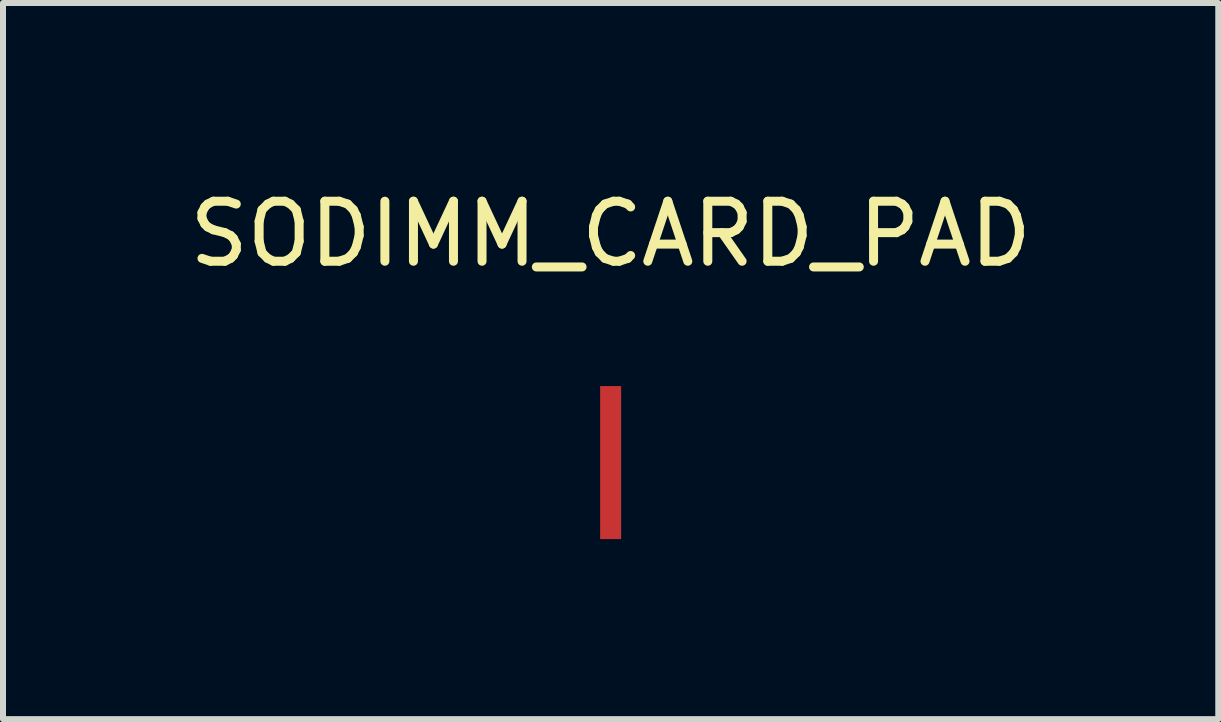
<source format=kicad_pcb>
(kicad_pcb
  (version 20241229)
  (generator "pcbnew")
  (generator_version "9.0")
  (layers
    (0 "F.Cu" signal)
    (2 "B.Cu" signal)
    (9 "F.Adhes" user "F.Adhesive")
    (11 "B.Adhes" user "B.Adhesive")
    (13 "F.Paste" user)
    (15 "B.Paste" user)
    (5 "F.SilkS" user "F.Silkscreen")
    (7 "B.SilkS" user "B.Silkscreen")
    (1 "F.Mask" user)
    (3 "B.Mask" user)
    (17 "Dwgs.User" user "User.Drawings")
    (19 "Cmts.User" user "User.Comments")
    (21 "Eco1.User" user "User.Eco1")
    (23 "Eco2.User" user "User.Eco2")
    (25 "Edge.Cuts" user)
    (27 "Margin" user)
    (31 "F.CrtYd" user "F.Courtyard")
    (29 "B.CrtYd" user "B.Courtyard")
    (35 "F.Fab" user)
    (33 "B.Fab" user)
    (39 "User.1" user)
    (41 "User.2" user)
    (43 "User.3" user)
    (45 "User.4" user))
  (footprint "SODIMM_CARD_PAD"
    (layer "F.Cu")
    (at 7.125 4.658)
    (property "Reference" "SODIMM_CARD_PAD" (at 0 -3.81 0) (layer "F.SilkS") (effects (font (size 1 1) (thickness 0.15))))
    (attr through_hole)
    (pad "1" smd rect (at 0 0) (size 0.35 2.55) (layers "F.Cu" "F.Mask" "F.Paste")))
  (gr_rect
    (start -3 -3)
    (end 17.25 8.933)
    (stroke (width 0.1) (type default))
    (fill no)
    (layer "Edge.Cuts")))
</source>
